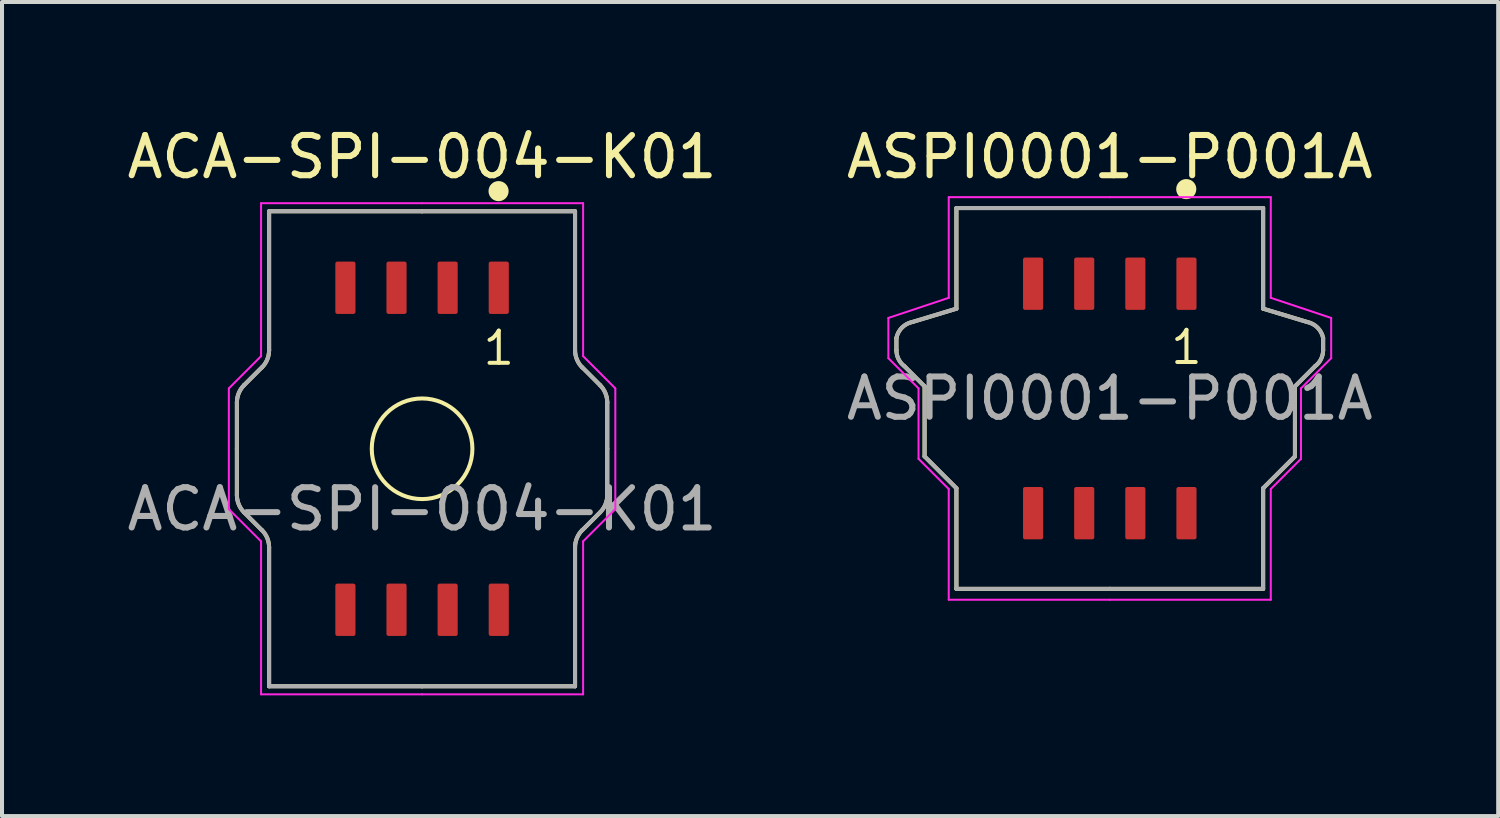
<source format=kicad_pcb>
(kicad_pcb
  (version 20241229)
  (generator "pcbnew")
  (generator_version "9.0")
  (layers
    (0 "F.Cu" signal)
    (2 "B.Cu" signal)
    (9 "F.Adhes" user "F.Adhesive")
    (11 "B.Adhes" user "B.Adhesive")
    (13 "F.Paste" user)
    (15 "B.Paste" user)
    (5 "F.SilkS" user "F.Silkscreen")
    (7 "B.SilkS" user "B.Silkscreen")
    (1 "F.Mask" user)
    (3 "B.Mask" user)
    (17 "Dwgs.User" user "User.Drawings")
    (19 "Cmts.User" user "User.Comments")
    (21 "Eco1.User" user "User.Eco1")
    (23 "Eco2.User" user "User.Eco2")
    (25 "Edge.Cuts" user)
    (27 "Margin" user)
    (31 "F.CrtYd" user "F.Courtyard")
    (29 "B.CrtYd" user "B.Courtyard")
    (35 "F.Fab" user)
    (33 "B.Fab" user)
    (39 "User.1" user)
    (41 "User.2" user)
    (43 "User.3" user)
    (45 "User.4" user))
  (footprint "ASPI0001-P001A"
    (layer "F.Cu")
    (at 24.518 6.848)
    (property "Reference" "ASPI0001-P001A" (at 0 -6 0) (unlocked yes) (layer "F.SilkS") (effects (font (size 1 1) (thickness 0.15))))
    (attr smd)
    (fp_line (start -5.3 -1.502) (end -5.3 -1.2) (stroke (width 0.1) (type default)) (layer "F.SilkS"))
    (fp_line (start -5.1 -0.8) (end -4.6 -0.3) (stroke (width 0.1) (type default)) (layer "F.SilkS"))
    (fp_line (start -4.6 -0.3) (end -4.6 1.44) (stroke (width 0.1) (type default)) (layer "F.SilkS"))
    (fp_line (start -3.81 -4.73) (end -3.81 -2.23) (stroke (width 0.1) (type default)) (layer "F.SilkS"))
    (fp_line (start -3.81 -2.23) (end -4.898 -1.901) (stroke (width 0.1) (type default)) (layer "F.SilkS"))
    (fp_line (start -3.81 2.23) (end -4.6 1.44) (stroke (width 0.1) (type default)) (layer "F.SilkS"))
    (fp_line (start -3.81 4.73) (end -3.81 2.23) (stroke (width 0.1) (type default)) (layer "F.SilkS"))
    (fp_line (start 0 -4.73) (end -3.81 -4.73) (stroke (width 0.1) (type default)) (layer "F.SilkS"))
    (fp_line (start 0 -4.73) (end 3.81 -4.73) (stroke (width 0.1) (type default)) (layer "F.SilkS"))
    (fp_line (start 0 4.73) (end -3.81 4.73) (stroke (width 0.1) (type default)) (layer "F.SilkS"))
    (fp_line (start 0 4.73) (end 3.81 4.73) (stroke (width 0.1) (type default)) (layer "F.SilkS"))
    (fp_line (start 3.81 -4.73) (end 3.81 -2.23) (stroke (width 0.1) (type default)) (layer "F.SilkS"))
    (fp_line (start 3.81 -2.23) (end 4.898 -1.901) (stroke (width 0.1) (type default)) (layer "F.SilkS"))
    (fp_line (start 3.81 2.23) (end 4.6 1.44) (stroke (width 0.1) (type default)) (layer "F.SilkS"))
    (fp_line (start 3.81 4.73) (end 3.81 2.23) (stroke (width 0.1) (type default)) (layer "F.SilkS"))
    (fp_line (start 4.6 -0.3) (end 4.6 1.44) (stroke (width 0.1) (type default)) (layer "F.SilkS"))
    (fp_line (start 5.1 -0.8) (end 4.6 -0.3) (stroke (width 0.1) (type default)) (layer "F.SilkS"))
    (fp_line (start 5.3 -1.502) (end 5.3 -1.2) (stroke (width 0.1) (type default)) (layer "F.SilkS"))
    (fp_arc (start -5.299999 -1.501905) (mid -5.159484 -1.762153) (end -4.898203 -1.900739) (stroke (width 0.1) (type default)) (layer "F.SilkS"))
    (fp_arc (start -5.1 -0.8) (mid -5.247214 -0.976393) (end -5.3 -1.2) (stroke (width 0.1) (type default)) (layer "F.SilkS"))
    (fp_arc (start 4.898203 -1.900739) (mid 5.159484 -1.762153) (end 5.299999 -1.501905) (stroke (width 0.1) (type default)) (layer "F.SilkS"))
    (fp_arc (start 5.3 -1.2) (mid 5.247214 -0.976393) (end 5.1 -0.8) (stroke (width 0.1) (type default)) (layer "F.SilkS"))
    (fp_circle (center 1.9 -5.2) (end 2.1 -5.2) (stroke (width 0.1) (type solid)) (fill yes) (layer "F.SilkS"))
    (fp_line (start -5.5 -2) (end -4 -2.5) (stroke (width 0.05) (type default)) (layer "F.CrtYd"))
    (fp_line (start -5.5 -1) (end -5.5 -2) (stroke (width 0.05) (type default)) (layer "F.CrtYd"))
    (fp_line (start -4.75 -0.25) (end -5.5 -1) (stroke (width 0.05) (type default)) (layer "F.CrtYd"))
    (fp_line (start -4.75 1.5) (end -4.75 -0.25) (stroke (width 0.05) (type default)) (layer "F.CrtYd"))
    (fp_line (start -4 -5) (end 0 -5) (stroke (width 0.05) (type default)) (layer "F.CrtYd"))
    (fp_line (start -4 -2.5) (end -4 -5) (stroke (width 0.05) (type default)) (layer "F.CrtYd"))
    (fp_line (start -4 2.25) (end -4.75 1.5) (stroke (width 0.05) (type default)) (layer "F.CrtYd"))
    (fp_line (start -4 5) (end -4 2.25) (stroke (width 0.05) (type default)) (layer "F.CrtYd"))
    (fp_line (start 0 5) (end -4 5) (stroke (width 0.05) (type default)) (layer "F.CrtYd"))
    (fp_line (start 0 5) (end 4 5) (stroke (width 0.05) (type default)) (layer "F.CrtYd"))
    (fp_line (start 4 -5) (end 0 -5) (stroke (width 0.05) (type default)) (layer "F.CrtYd"))
    (fp_line (start 4 -2.5) (end 4 -5) (stroke (width 0.05) (type default)) (layer "F.CrtYd"))
    (fp_line (start 4 2.25) (end 4.75 1.5) (stroke (width 0.05) (type default)) (layer "F.CrtYd"))
    (fp_line (start 4 5) (end 4 2.25) (stroke (width 0.05) (type default)) (layer "F.CrtYd"))
    (fp_line (start 4.75 -0.25) (end 5.5 -1) (stroke (width 0.05) (type default)) (layer "F.CrtYd"))
    (fp_line (start 4.75 1.5) (end 4.75 -0.25) (stroke (width 0.05) (type default)) (layer "F.CrtYd"))
    (fp_line (start 5.5 -2) (end 4 -2.5) (stroke (width 0.05) (type default)) (layer "F.CrtYd"))
    (fp_line (start 5.5 -1) (end 5.5 -2) (stroke (width 0.05) (type default)) (layer "F.CrtYd"))
    (fp_line (start -5.3 -1.502) (end -5.3 -1.2) (stroke (width 0.1) (type default)) (layer "F.Fab"))
    (fp_line (start -5.1 -0.8) (end -4.6 -0.3) (stroke (width 0.1) (type default)) (layer "F.Fab"))
    (fp_line (start -4.6 -0.3) (end -4.6 1.44) (stroke (width 0.1) (type default)) (layer "F.Fab"))
    (fp_line (start -3.81 -4.73) (end -3.81 -2.23) (stroke (width 0.1) (type default)) (layer "F.Fab"))
    (fp_line (start -3.81 -2.23) (end -4.898 -1.901) (stroke (width 0.1) (type default)) (layer "F.Fab"))
    (fp_line (start -3.81 2.23) (end -4.6 1.44) (stroke (width 0.1) (type default)) (layer "F.Fab"))
    (fp_line (start -3.81 4.73) (end -3.81 2.23) (stroke (width 0.1) (type default)) (layer "F.Fab"))
    (fp_line (start 0 -4.73) (end -3.81 -4.73) (stroke (width 0.1) (type default)) (layer "F.Fab"))
    (fp_line (start 0 -4.73) (end 3.81 -4.73) (stroke (width 0.1) (type default)) (layer "F.Fab"))
    (fp_line (start 0 4.73) (end -3.81 4.73) (stroke (width 0.1) (type default)) (layer "F.Fab"))
    (fp_line (start 0 4.73) (end 3.81 4.73) (stroke (width 0.1) (type default)) (layer "F.Fab"))
    (fp_line (start 3.81 -4.73) (end 3.81 -2.23) (stroke (width 0.1) (type default)) (layer "F.Fab"))
    (fp_line (start 3.81 -2.23) (end 4.898 -1.901) (stroke (width 0.1) (type default)) (layer "F.Fab"))
    (fp_line (start 3.81 2.23) (end 4.6 1.44) (stroke (width 0.1) (type default)) (layer "F.Fab"))
    (fp_line (start 3.81 4.73) (end 3.81 2.23) (stroke (width 0.1) (type default)) (layer "F.Fab"))
    (fp_line (start 4.6 -0.3) (end 4.6 1.44) (stroke (width 0.1) (type default)) (layer "F.Fab"))
    (fp_line (start 5.1 -0.8) (end 4.6 -0.3) (stroke (width 0.1) (type default)) (layer "F.Fab"))
    (fp_line (start 5.3 -1.502) (end 5.3 -1.2) (stroke (width 0.1) (type default)) (layer "F.Fab"))
    (fp_arc (start -5.299999 -1.501905) (mid -5.159484 -1.762153) (end -4.898203 -1.900739) (stroke (width 0.1) (type default)) (layer "F.Fab"))
    (fp_arc (start -5.1 -0.8) (mid -5.247214 -0.976393) (end -5.3 -1.2) (stroke (width 0.1) (type default)) (layer "F.Fab"))
    (fp_arc (start 4.898203 -1.900739) (mid 5.159484 -1.762153) (end 5.299999 -1.501905) (stroke (width 0.1) (type default)) (layer "F.Fab"))
    (fp_arc (start 5.3 -1.2) (mid 5.247214 -0.976393) (end 5.1 -0.8) (stroke (width 0.1) (type default)) (layer "F.Fab"))
    (fp_text user "1" (at 1.905 -1.27 0) (unlocked yes) (layer "F.SilkS") (effects (font (size 0.8 0.8) (thickness 0.1))))
    (fp_text user "${REFERENCE}" (at 0 0 0) (unlocked yes) (layer "F.Fab") (effects (font (size 1 1) (thickness 0.15))))
    (pad "1" smd roundrect (at 1.905 -2.85) (size 0.5 1.3) (layers "F.Cu" "F.Mask" "F.Paste") (roundrect_rratio 0.1))
    (pad "2" smd roundrect (at 0.635 -2.85) (size 0.5 1.3) (layers "F.Cu" "F.Mask" "F.Paste") (roundrect_rratio 0.1))
    (pad "3" smd roundrect (at -0.635 -2.85) (size 0.5 1.3) (layers "F.Cu" "F.Mask" "F.Paste") (roundrect_rratio 0.1))
    (pad "4" smd roundrect (at -1.905 -2.85) (size 0.5 1.3) (layers "F.Cu" "F.Mask" "F.Paste") (roundrect_rratio 0.1))
    (pad "5" smd roundrect (at -1.905 2.85) (size 0.5 1.3) (layers "F.Cu" "F.Mask" "F.Paste") (roundrect_rratio 0.1))
    (pad "6" smd roundrect (at -0.635 2.85) (size 0.5 1.3) (layers "F.Cu" "F.Mask" "F.Paste") (roundrect_rratio 0.1))
    (pad "7" smd roundrect (at 0.635 2.85) (size 0.5 1.3) (layers "F.Cu" "F.Mask" "F.Paste") (roundrect_rratio 0.1))
    (pad "8" smd roundrect (at 1.905 2.85) (size 0.5 1.3) (layers "F.Cu" "F.Mask" "F.Paste") (roundrect_rratio 0.1)))
  (footprint "ACA-SPI-004-K01"
    (layer "F.Cu")
    (at 7.435 8.098)
    (property "Reference" "ACA-SPI-004-K01" (at 0 -7.25 0) (unlocked yes) (layer "F.SilkS") (effects (font (size 1 1) (thickness 0.15))))
    (attr smd)
    (fp_line (start -4.6 0) (end -4.6 -1.15) (stroke (width 0.1) (type default)) (layer "F.SilkS"))
    (fp_line (start -4.6 0) (end -4.6 1.15) (stroke (width 0.1) (type default)) (layer "F.SilkS"))
    (fp_line (start -4.422 -1.58) (end -3.978 -2.024) (stroke (width 0.1) (type default)) (layer "F.SilkS"))
    (fp_line (start -4.422 1.58) (end -3.978 2.024) (stroke (width 0.1) (type default)) (layer "F.SilkS"))
    (fp_line (start -3.8 -2.45) (end -3.8 -5.9) (stroke (width 0.1) (type default)) (layer "F.SilkS"))
    (fp_line (start -3.8 2.45) (end -3.8 5.9) (stroke (width 0.1) (type default)) (layer "F.SilkS"))
    (fp_line (start -3.8 5.9) (end 0 5.9) (stroke (width 0.1) (type default)) (layer "F.SilkS"))
    (fp_line (start 0 -5.9) (end -3.8 -5.9) (stroke (width 0.1) (type default)) (layer "F.SilkS"))
    (fp_line (start 0 -5.9) (end 3.8 -5.9) (stroke (width 0.1) (type default)) (layer "F.SilkS"))
    (fp_line (start 3.8 -2.45) (end 3.8 -5.9) (stroke (width 0.1) (type default)) (layer "F.SilkS"))
    (fp_line (start 3.8 2.45) (end 3.8 5.9) (stroke (width 0.1) (type default)) (layer "F.SilkS"))
    (fp_line (start 3.8 5.9) (end 0 5.9) (stroke (width 0.1) (type default)) (layer "F.SilkS"))
    (fp_line (start 4.422 -1.58) (end 3.978 -2.024) (stroke (width 0.1) (type default)) (layer "F.SilkS"))
    (fp_line (start 4.422 1.58) (end 3.978 2.024) (stroke (width 0.1) (type default)) (layer "F.SilkS"))
    (fp_line (start 4.6 0) (end 4.6 -1.15) (stroke (width 0.1) (type default)) (layer "F.SilkS"))
    (fp_line (start 4.6 0) (end 4.6 1.15) (stroke (width 0.1) (type default)) (layer "F.SilkS"))
    (fp_arc (start -4.6 -1.15) (mid -4.553698 -1.382777) (end -4.42184 -1.580116) (stroke (width 0.1) (type default)) (layer "F.SilkS"))
    (fp_arc (start -4.42184 1.580116) (mid -4.553698 1.382777) (end -4.6 1.15) (stroke (width 0.1) (type default)) (layer "F.SilkS"))
    (fp_arc (start -3.97816 2.020155) (mid -3.846302 2.217494) (end -3.8 2.450271) (stroke (width 0.1) (type default)) (layer "F.SilkS"))
    (fp_arc (start -3.8 -2.450271) (mid -3.846302 -2.217494) (end -3.97816 -2.020155) (stroke (width 0.1) (type default)) (layer "F.SilkS"))
    (fp_arc (start 3.8 2.450271) (mid 3.846302 2.217494) (end 3.97816 2.020155) (stroke (width 0.1) (type default)) (layer "F.SilkS"))
    (fp_arc (start 3.97816 -2.020155) (mid 3.846302 -2.217494) (end 3.8 -2.450271) (stroke (width 0.1) (type default)) (layer "F.SilkS"))
    (fp_arc (start 4.42184 -1.580116) (mid 4.553698 -1.382777) (end 4.6 -1.15) (stroke (width 0.1) (type default)) (layer "F.SilkS"))
    (fp_arc (start 4.6 1.15) (mid 4.553698 1.382777) (end 4.42184 1.580116) (stroke (width 0.1) (type default)) (layer "F.SilkS"))
    (fp_circle (center 0 0) (end 1.25 0) (stroke (width 0.1) (type default)) (fill no) (layer "F.SilkS"))
    (fp_circle (center 1.9 -6.4) (end 2.1 -6.4) (stroke (width 0.1) (type solid)) (fill yes) (layer "F.SilkS"))
    (fp_line (start -4.8 -1.5) (end -4.8 1.5) (stroke (width 0.05) (type default)) (layer "F.CrtYd"))
    (fp_line (start -4.8 1.5) (end -4 2.3) (stroke (width 0.05) (type default)) (layer "F.CrtYd"))
    (fp_line (start -4 -6.1) (end -4 -2.3) (stroke (width 0.05) (type default)) (layer "F.CrtYd"))
    (fp_line (start -4 -2.3) (end -4.8 -1.5) (stroke (width 0.05) (type default)) (layer "F.CrtYd"))
    (fp_line (start -4 2.3) (end -4 6.1) (stroke (width 0.05) (type default)) (layer "F.CrtYd"))
    (fp_line (start -4 6.1) (end 0 6.1) (stroke (width 0.05) (type default)) (layer "F.CrtYd"))
    (fp_line (start 0 -6.1) (end -4 -6.1) (stroke (width 0.05) (type default)) (layer "F.CrtYd"))
    (fp_line (start 0 -6.1) (end 4 -6.1) (stroke (width 0.05) (type default)) (layer "F.CrtYd"))
    (fp_line (start 4 -6.1) (end 4 -2.3) (stroke (width 0.05) (type default)) (layer "F.CrtYd"))
    (fp_line (start 4 -2.3) (end 4.8 -1.5) (stroke (width 0.05) (type default)) (layer "F.CrtYd"))
    (fp_line (start 4 2.3) (end 4 6.1) (stroke (width 0.05) (type default)) (layer "F.CrtYd"))
    (fp_line (start 4 6.1) (end 0 6.1) (stroke (width 0.05) (type default)) (layer "F.CrtYd"))
    (fp_line (start 4.8 -1.5) (end 4.8 1.5) (stroke (width 0.05) (type default)) (layer "F.CrtYd"))
    (fp_line (start 4.8 1.5) (end 4 2.3) (stroke (width 0.05) (type default)) (layer "F.CrtYd"))
    (fp_line (start -4.6 0) (end -4.6 -1.15) (stroke (width 0.1) (type default)) (layer "F.Fab"))
    (fp_line (start -4.6 0) (end -4.6 1.15) (stroke (width 0.1) (type default)) (layer "F.Fab"))
    (fp_line (start -4.422 -1.58) (end -3.978 -2.024) (stroke (width 0.1) (type default)) (layer "F.Fab"))
    (fp_line (start -4.422 1.58) (end -3.978 2.024) (stroke (width 0.1) (type default)) (layer "F.Fab"))
    (fp_line (start -3.8 -2.45) (end -3.8 -5.9) (stroke (width 0.1) (type default)) (layer "F.Fab"))
    (fp_line (start -3.8 2.45) (end -3.8 5.9) (stroke (width 0.1) (type default)) (layer "F.Fab"))
    (fp_line (start -3.8 5.9) (end 0 5.9) (stroke (width 0.1) (type default)) (layer "F.Fab"))
    (fp_line (start 0 -5.9) (end -3.8 -5.9) (stroke (width 0.1) (type default)) (layer "F.Fab"))
    (fp_line (start 0 -5.9) (end 3.8 -5.9) (stroke (width 0.1) (type default)) (layer "F.Fab"))
    (fp_line (start 3.8 -2.45) (end 3.8 -5.9) (stroke (width 0.1) (type default)) (layer "F.Fab"))
    (fp_line (start 3.8 2.45) (end 3.8 5.9) (stroke (width 0.1) (type default)) (layer "F.Fab"))
    (fp_line (start 3.8 5.9) (end 0 5.9) (stroke (width 0.1) (type default)) (layer "F.Fab"))
    (fp_line (start 4.422 -1.58) (end 3.978 -2.024) (stroke (width 0.1) (type default)) (layer "F.Fab"))
    (fp_line (start 4.422 1.58) (end 3.978 2.024) (stroke (width 0.1) (type default)) (layer "F.Fab"))
    (fp_line (start 4.6 0) (end 4.6 -1.15) (stroke (width 0.1) (type default)) (layer "F.Fab"))
    (fp_line (start 4.6 0) (end 4.6 1.15) (stroke (width 0.1) (type default)) (layer "F.Fab"))
    (fp_arc (start -4.6 -1.15) (mid -4.553698 -1.382777) (end -4.42184 -1.580116) (stroke (width 0.1) (type default)) (layer "F.Fab"))
    (fp_arc (start -4.42184 1.580116) (mid -4.553698 1.382777) (end -4.6 1.15) (stroke (width 0.1) (type default)) (layer "F.Fab"))
    (fp_arc (start -3.97816 2.020155) (mid -3.846302 2.217494) (end -3.8 2.450271) (stroke (width 0.1) (type default)) (layer "F.Fab"))
    (fp_arc (start -3.8 -2.450271) (mid -3.846302 -2.217494) (end -3.97816 -2.020155) (stroke (width 0.1) (type default)) (layer "F.Fab"))
    (fp_arc (start 3.8 2.450271) (mid 3.846302 2.217494) (end 3.97816 2.020155) (stroke (width 0.1) (type default)) (layer "F.Fab"))
    (fp_arc (start 3.97816 -2.020155) (mid 3.846302 -2.217494) (end 3.8 -2.450271) (stroke (width 0.1) (type default)) (layer "F.Fab"))
    (fp_arc (start 4.42184 -1.580116) (mid 4.553698 -1.382777) (end 4.6 -1.15) (stroke (width 0.1) (type default)) (layer "F.Fab"))
    (fp_arc (start 4.6 1.15) (mid 4.553698 1.382777) (end 4.42184 1.580116) (stroke (width 0.1) (type default)) (layer "F.Fab"))
    (fp_text user "1" (at 1.905 -2.5 0) (unlocked yes) (layer "F.SilkS") (effects (font (size 0.8 0.8) (thickness 0.1))))
    (fp_text user "${REFERENCE}" (at 0 1.5 0) (unlocked yes) (layer "F.Fab") (effects (font (size 1 1) (thickness 0.15))))
    (pad "1" smd roundrect (at 1.905 -4) (size 0.5 1.3) (layers "F.Cu" "F.Mask" "F.Paste") (roundrect_rratio 0.1))
    (pad "2" smd roundrect (at 0.635 -4) (size 0.5 1.3) (layers "F.Cu" "F.Mask" "F.Paste") (roundrect_rratio 0.1))
    (pad "3" smd roundrect (at -0.635 -4) (size 0.5 1.3) (layers "F.Cu" "F.Mask" "F.Paste") (roundrect_rratio 0.1))
    (pad "4" smd roundrect (at -1.905 -4) (size 0.5 1.3) (layers "F.Cu" "F.Mask" "F.Paste") (roundrect_rratio 0.1))
    (pad "5" smd roundrect (at -1.905 4) (size 0.5 1.3) (layers "F.Cu" "F.Mask" "F.Paste") (roundrect_rratio 0.1))
    (pad "6" smd roundrect (at -0.635 4) (size 0.5 1.3) (layers "F.Cu" "F.Mask" "F.Paste") (roundrect_rratio 0.1))
    (pad "7" smd roundrect (at 0.635 4) (size 0.5 1.3) (layers "F.Cu" "F.Mask" "F.Paste") (roundrect_rratio 0.1))
    (pad "8" smd roundrect (at 1.905 4) (size 0.5 1.3) (layers "F.Cu" "F.Mask" "F.Paste") (roundrect_rratio 0.1)))
  (gr_rect
    (start -3 -3)
    (end 34.167 17.223)
    (stroke (width 0.1) (type default))
    (fill no)
    (layer "Edge.Cuts")))
</source>
